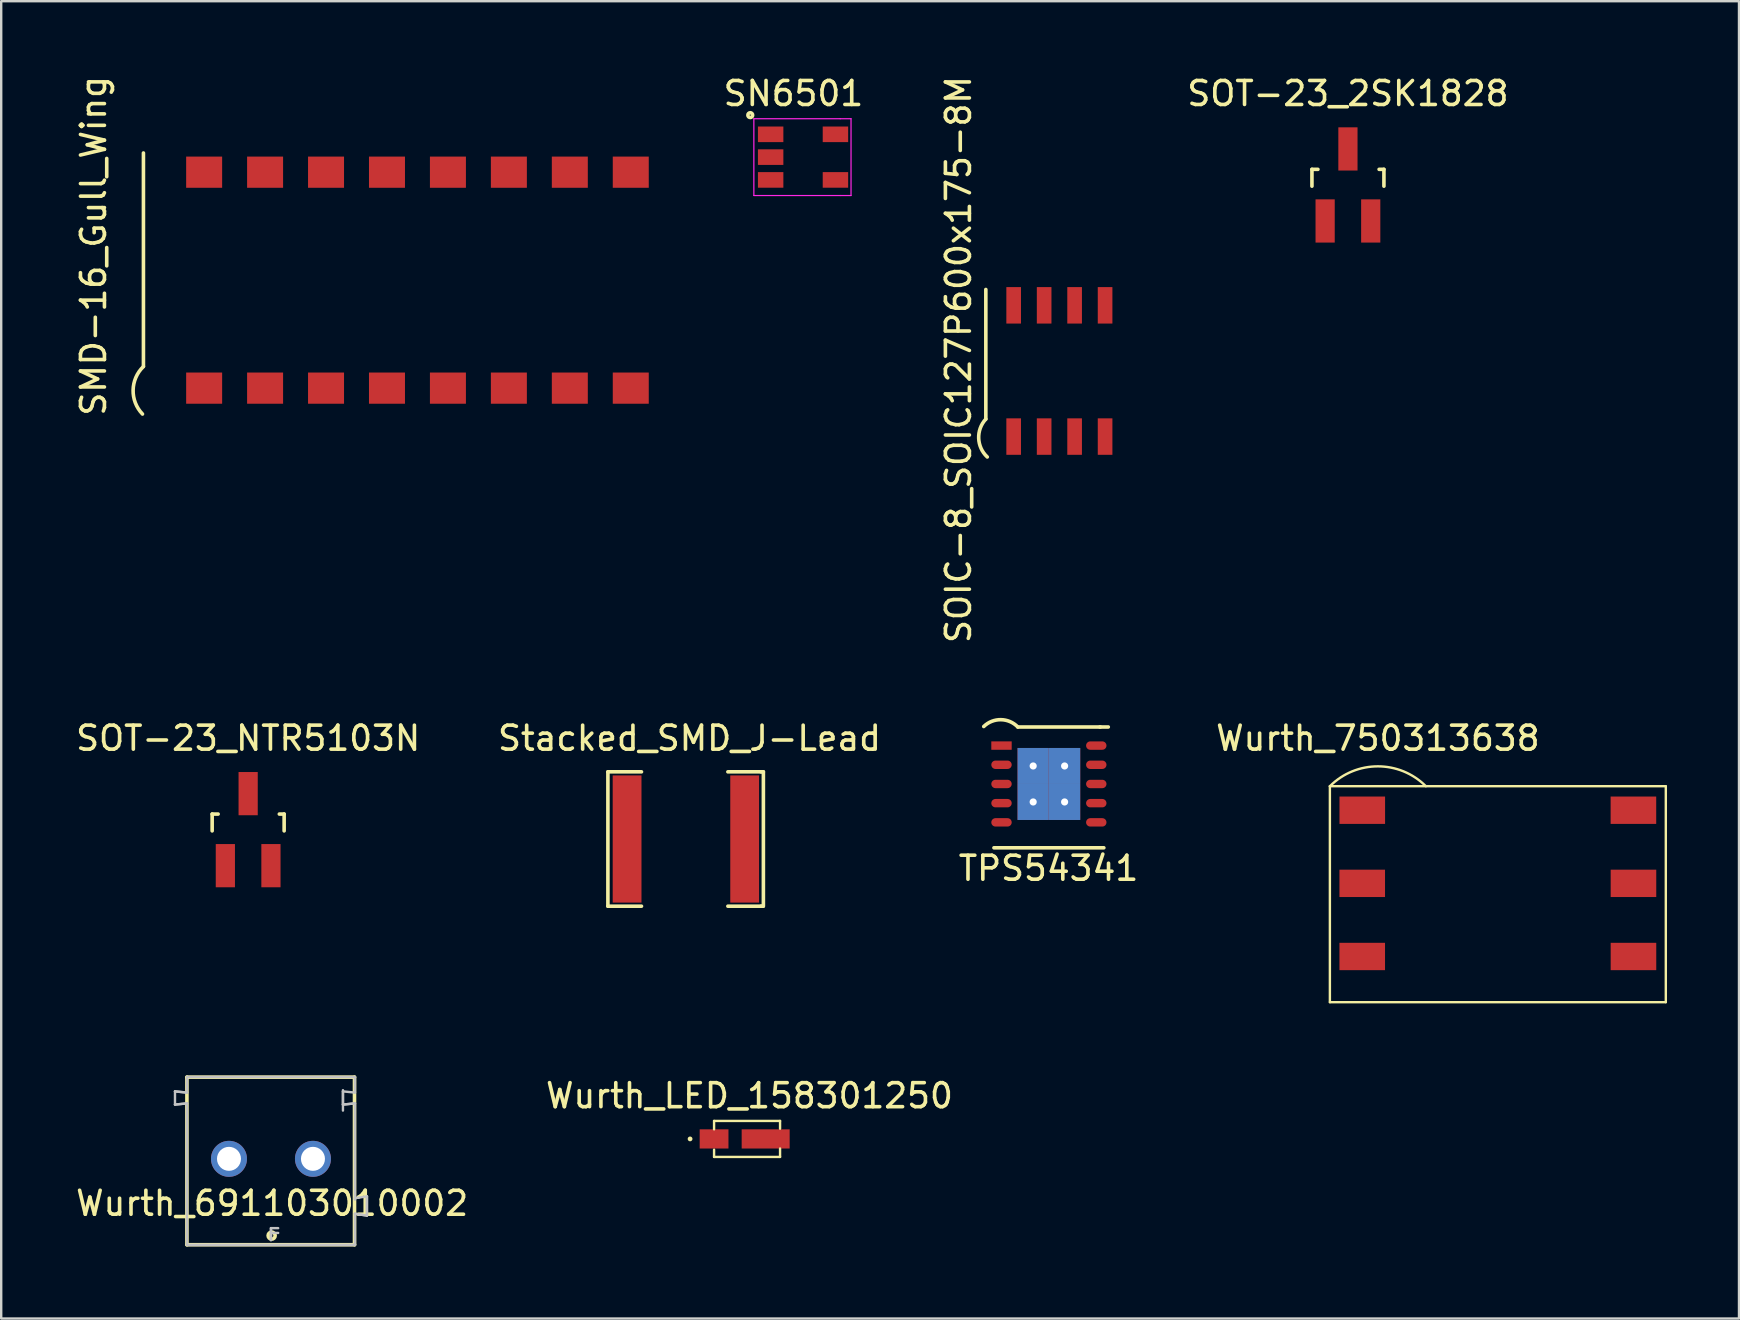
<source format=kicad_pcb>
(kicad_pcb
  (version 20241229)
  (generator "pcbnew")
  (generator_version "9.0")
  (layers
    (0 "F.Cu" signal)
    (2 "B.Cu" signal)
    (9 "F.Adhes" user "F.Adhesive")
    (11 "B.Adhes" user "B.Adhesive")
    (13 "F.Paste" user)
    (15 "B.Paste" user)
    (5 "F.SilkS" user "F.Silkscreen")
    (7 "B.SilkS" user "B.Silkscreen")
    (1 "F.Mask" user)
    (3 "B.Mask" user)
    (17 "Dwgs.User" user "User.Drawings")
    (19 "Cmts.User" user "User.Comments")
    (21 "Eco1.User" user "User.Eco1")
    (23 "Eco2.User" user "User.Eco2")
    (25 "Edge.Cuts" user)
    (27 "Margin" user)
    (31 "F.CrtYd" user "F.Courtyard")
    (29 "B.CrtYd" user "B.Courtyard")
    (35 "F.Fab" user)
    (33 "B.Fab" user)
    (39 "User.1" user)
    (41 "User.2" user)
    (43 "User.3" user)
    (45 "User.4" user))
  (footprint "SOT-23_NTR5103N"
    (layer "F.Cu")
    (at 7.292 31.527)
    (property "Reference" "SOT-23_NTR5103N" (at 0 -3.81 0) (layer "F.SilkS") (effects (font (size 1 1) (thickness 0.15))))
    (attr smd)
    (fp_line (start -1.5 -0.65) (end -1.251 -0.65) (stroke (width 0.15) (type solid)) (layer "F.SilkS"))
    (fp_line (start -1.5 0.051) (end -1.5 -0.65) (stroke (width 0.15) (type solid)) (layer "F.SilkS"))
    (fp_line (start 1.299 -0.65) (end 1.5 -0.65) (stroke (width 0.15) (type solid)) (layer "F.SilkS"))
    (fp_line (start 1.5 -0.65) (end 1.5 0.051) (stroke (width 0.15) (type solid)) (layer "F.SilkS"))
    (pad "1" smd rect (at -0.95 1.501) (size 0.8 1.801) (layers "F.Cu" "F.Mask" "F.Paste"))
    (pad "2" smd rect (at 0.95 1.501) (size 0.8 1.801) (layers "F.Cu" "F.Mask" "F.Paste"))
    (pad "3" smd rect (at 0 -1.501) (size 0.8 1.801) (layers "F.Cu" "F.Mask" "F.Paste")))
  (footprint "Wurth_691103010002"
    (layer "F.Cu")
    (at 6.493 45.246)
    (property "Reference" "Wurth_691103010002" (at 1.798 1.854 0) (layer "F.SilkS") (effects (font (size 1 1) (thickness 0.15))))
    (attr through_hole)
    (fp_line (start -1.753 -3.404) (end 5.232 -3.404) (stroke (width 0.15) (type solid)) (layer "F.SilkS"))
    (fp_line (start -1.753 3.581) (end -1.753 -3.404) (stroke (width 0.15) (type solid)) (layer "F.SilkS"))
    (fp_line (start 5.232 -3.404) (end 5.232 3.581) (stroke (width 0.15) (type solid)) (layer "F.SilkS"))
    (fp_line (start 5.232 3.581) (end -1.753 3.581) (stroke (width 0.15) (type solid)) (layer "F.SilkS"))
    (fp_circle (center 1.778 3.2) (end 1.829 3.251) (stroke (width 0.15) (type solid)) (fill no) (layer "F.SilkS"))
    (fp_line (start -2.25 -2.811) (end -2.25 -2.261) (stroke (width 0.1) (type solid)) (layer "Dwgs.User"))
    (fp_line (start -2.25 -2.261) (end -1.75 -2.311) (stroke (width 0.1) (type solid)) (layer "Dwgs.User"))
    (fp_line (start -2.25 -2.261) (end -1.75 -2.311) (stroke (width 0.1) (type solid)) (layer "Dwgs.User"))
    (fp_line (start -1.75 -3.411) (end -1.75 -2.761) (stroke (width 0.1) (type solid)) (layer "Dwgs.User"))
    (fp_line (start -1.75 -3.411) (end 5.25 -3.411) (stroke (width 0.1) (type solid)) (layer "Dwgs.User"))
    (fp_line (start -1.75 -2.761) (end -2.25 -2.811) (stroke (width 0.1) (type solid)) (layer "Dwgs.User"))
    (fp_line (start -1.75 -2.761) (end -2.25 -2.811) (stroke (width 0.1) (type solid)) (layer "Dwgs.User"))
    (fp_line (start -1.75 3.589) (end -1.75 -2.311) (stroke (width 0.1) (type solid)) (layer "Dwgs.User"))
    (fp_line (start -1.75 3.589) (end 5.25 3.589) (stroke (width 0.1) (type solid)) (layer "Dwgs.User"))
    (fp_line (start -1.75 3.589) (end 5.25 3.589) (stroke (width 0.1) (type solid)) (layer "Dwgs.User"))
    (fp_line (start 1.75 2.889) (end 1.75 3.389) (stroke (width 0.1) (type solid)) (layer "Dwgs.User"))
    (fp_line (start 1.75 2.889) (end 2.05 2.889) (stroke (width 0.1) (type solid)) (layer "Dwgs.User"))
    (fp_line (start 1.75 3.089) (end 2.05 3.089) (stroke (width 0.1) (type solid)) (layer "Dwgs.User"))
    (fp_line (start 1.75 3.389) (end 1.75 2.889) (stroke (width 0.1) (type solid)) (layer "Dwgs.User"))
    (fp_line (start 4.75 -2.811) (end 5.25 -2.761) (stroke (width 0.1) (type solid)) (layer "Dwgs.User"))
    (fp_line (start 4.75 -2.261) (end 4.75 -2.811) (stroke (width 0.1) (type solid)) (layer "Dwgs.User"))
    (fp_line (start 4.75 -2.261) (end 5.25 -2.311) (stroke (width 0.1) (type solid)) (layer "Dwgs.User"))
    (fp_line (start 4.75 -2.011) (end 4.75 -2.861) (stroke (width 0.1) (type solid)) (layer "Dwgs.User"))
    (fp_line (start 5.25 -2.761) (end 5.25 -3.411) (stroke (width 0.1) (type solid)) (layer "Dwgs.User"))
    (fp_line (start 5.25 -2.311) (end 4.75 -2.261) (stroke (width 0.1) (type solid)) (layer "Dwgs.User"))
    (fp_line (start 5.25 1.639) (end 5.75 1.564) (stroke (width 0.1) (type solid)) (layer "Dwgs.User"))
    (fp_line (start 5.25 1.689) (end 5.25 -2.311) (stroke (width 0.1) (type solid)) (layer "Dwgs.User"))
    (fp_line (start 5.25 1.689) (end 5.25 1.639) (stroke (width 0.1) (type solid)) (layer "Dwgs.User"))
    (fp_line (start 5.25 2.289) (end 5.75 2.364) (stroke (width 0.1) (type solid)) (layer "Dwgs.User"))
    (fp_line (start 5.25 2.289) (end 5.75 2.364) (stroke (width 0.1) (type solid)) (layer "Dwgs.User"))
    (fp_line (start 5.25 3.589) (end 5.25 2.289) (stroke (width 0.1) (type solid)) (layer "Dwgs.User"))
    (fp_line (start 5.75 2.364) (end 5.75 1.564) (stroke (width 0.1) (type solid)) (layer "Dwgs.User"))
    (fp_line (start 5.75 2.364) (end 5.75 1.564) (stroke (width 0.1) (type solid)) (layer "Dwgs.User"))
    (fp_circle (center -0.0002 -0.011) (end 0.15 -0.011) (stroke (width 0.1) (type solid)) (fill no) (layer "Dwgs.User"))
    (fp_circle (center -0.0002 -0.011) (end 0.15 -0.011) (stroke (width 0.1) (type solid)) (fill no) (layer "Dwgs.User"))
    (fp_circle (center 3.5 -0.011) (end 3.65 -0.011) (stroke (width 0.1) (type solid)) (fill no) (layer "Dwgs.User"))
    (fp_circle (center 3.5 -0.011) (end 3.65 -0.011) (stroke (width 0.1) (type solid)) (fill no) (layer "Dwgs.User"))
    (pad "1" thru_hole circle (at 0 0) (size 1.5 1.5) (drill 1) (layers "*.Cu" "*.Mask"))
    (pad "2" thru_hole circle (at 3.5 0) (size 1.5 1.5) (drill 1) (layers "*.Cu" "*.Mask")))
  (footprint "Stacked_SMD_J-Lead"
    (layer "F.Cu")
    (at 22.485 28.517)
    (property "Reference" "Stacked_SMD_J-Lead" (at 3.2 -0.8 0) (layer "F.SilkS") (effects (font (size 1 1) (thickness 0.15))))
    (attr through_hole)
    (fp_line (start -0.2 0.6) (end -0.2 6.2) (stroke (width 0.15) (type solid)) (layer "F.SilkS"))
    (fp_line (start -0.2 6.2) (end 1.2 6.2) (stroke (width 0.15) (type solid)) (layer "F.SilkS"))
    (fp_line (start 1.2 0.6) (end -0.2 0.6) (stroke (width 0.15) (type solid)) (layer "F.SilkS"))
    (fp_line (start 4.8 0.6) (end 6.2 0.6) (stroke (width 0.15) (type solid)) (layer "F.SilkS"))
    (fp_line (start 6.18 0.6) (end 6.28 0.6) (stroke (width 0.15) (type solid)) (layer "F.SilkS"))
    (fp_line (start 6.18 6.2) (end 6.27 6.2) (stroke (width 0.15) (type solid)) (layer "F.SilkS"))
    (fp_line (start 6.2 6.2) (end 4.8 6.2) (stroke (width 0.15) (type solid)) (layer "F.SilkS"))
    (fp_line (start 6.28 0.6) (end 6.28 6.2) (stroke (width 0.15) (type solid)) (layer "F.SilkS"))
    (pad "1" smd rect (at 0.6 3.4) (size 1.2 5.3) (layers "F.Cu" "F.Mask" "F.Paste"))
    (pad "2" smd rect (at 5.5 3.4) (size 1.2 5.3) (layers "F.Cu" "F.Mask" "F.Paste")))
  (footprint "SMD-16_Gull_Wing"
    (layer "F.Cu")
    (at 5.458 13.126)
    (property "Reference" "SMD-16_Gull_Wing" (at -4.61 -5.93 90) (layer "F.SilkS") (effects (font (size 1 1) (thickness 0.15))))
    (attr through_hole)
    (fp_line (start -2.53 -0.91) (end -2.53 -9.8) (stroke (width 0.15) (type solid)) (layer "F.SilkS"))
    (fp_arc (start -2.57 1.08) (mid -2.960071 0.081716) (end -2.53 -0.9) (stroke (width 0.15) (type solid)) (layer "F.SilkS"))
    (pad "1" smd rect (at 0 0) (size 1.5 1.3) (layers "F.Cu" "F.Mask" "F.Paste"))
    (pad "2" smd rect (at 2.54 0) (size 1.5 1.3) (layers "F.Cu" "F.Mask" "F.Paste"))
    (pad "3" smd rect (at 5.08 0) (size 1.5 1.3) (layers "F.Cu" "F.Mask" "F.Paste"))
    (pad "4" smd rect (at 7.62 0) (size 1.5 1.3) (layers "F.Cu" "F.Mask" "F.Paste"))
    (pad "5" smd rect (at 10.16 0) (size 1.5 1.3) (layers "F.Cu" "F.Mask" "F.Paste"))
    (pad "6" smd rect (at 12.7 0) (size 1.5 1.3) (layers "F.Cu" "F.Mask" "F.Paste"))
    (pad "7" smd rect (at 15.24 0) (size 1.5 1.3) (layers "F.Cu" "F.Mask" "F.Paste"))
    (pad "8" smd rect (at 17.78 0) (size 1.5 1.3) (layers "F.Cu" "F.Mask" "F.Paste"))
    (pad "9" smd rect (at 17.78 -9) (size 1.5 1.3) (layers "F.Cu" "F.Mask" "F.Paste"))
    (pad "10" smd rect (at 15.24 -9) (size 1.5 1.3) (layers "F.Cu" "F.Mask" "F.Paste"))
    (pad "11" smd rect (at 12.7 -9) (size 1.5 1.3) (layers "F.Cu" "F.Mask" "F.Paste"))
    (pad "12" smd rect (at 10.16 -9) (size 1.5 1.3) (layers "F.Cu" "F.Mask" "F.Paste"))
    (pad "13" smd rect (at 7.62 -9) (size 1.5 1.3) (layers "F.Cu" "F.Mask" "F.Paste"))
    (pad "14" smd rect (at 5.08 -9) (size 1.5 1.3) (layers "F.Cu" "F.Mask" "F.Paste"))
    (pad "15" smd rect (at 2.54 -9) (size 1.5 1.3) (layers "F.Cu" "F.Mask" "F.Paste"))
    (pad "16" smd rect (at 0 -9) (size 1.5 1.3) (layers "F.Cu" "F.Mask" "F.Paste")))
  (footprint "TPS54341"
    (layer "F.Cu")
    (at 40.659 29.488)
    (property "Reference" "TPS54341" (at -0.01 3.65 0) (layer "F.SilkS") (effects (font (size 1 1) (thickness 0.15))))
    (attr through_hole)
    (fp_line (start -2.285 2.795) (end 2.295 2.795) (stroke (width 0.15) (type solid)) (layer "F.SilkS"))
    (fp_line (start 2.13 -2.24) (end 2.48 -2.24) (stroke (width 0.15) (type solid)) (layer "F.SilkS"))
    (fp_line (start 2.15 -2.24) (end -1.29 -2.24) (stroke (width 0.15) (type solid)) (layer "F.SilkS"))
    (fp_arc (start -2.71 -2.26) (mid -1.995858 -2.544092) (end -1.29 -2.24) (stroke (width 0.15) (type solid)) (layer "F.SilkS"))
    (pad "1" smd rect (at -1.97 -1.465 180) (size 0.85 0.35) (layers "F.Cu" "F.Mask" "F.Paste"))
    (pad "2" smd oval (at -1.97 -0.665 180) (size 0.85 0.35) (layers "F.Cu" "F.Mask" "F.Paste"))
    (pad "3" smd oval (at -1.97 0.135 180) (size 0.85 0.35) (layers "F.Cu" "F.Mask" "F.Paste"))
    (pad "4" smd oval (at -1.97 0.935 180) (size 0.85 0.35) (layers "F.Cu" "F.Mask" "F.Paste"))
    (pad "5" smd oval (at -1.97 1.735 180) (size 0.85 0.35) (layers "F.Cu" "F.Mask" "F.Paste"))
    (pad "6" smd oval (at 1.98 1.735 180) (size 0.85 0.35) (layers "F.Cu" "F.Mask" "F.Paste"))
    (pad "7" smd oval (at 1.98 0.935 180) (size 0.85 0.35) (layers "F.Cu" "F.Mask" "F.Paste"))
    (pad "8" smd oval (at 1.98 0.135 180) (size 0.85 0.35) (layers "F.Cu" "F.Mask" "F.Paste"))
    (pad "9" smd oval (at 1.98 -0.665 180) (size 0.85 0.35) (layers "F.Cu" "F.Mask" "F.Paste"))
    (pad "10" smd oval (at 1.98 -1.465 180) (size 0.85 0.35) (layers "F.Cu" "F.Mask" "F.Paste"))
    (pad "11" thru_hole rect (at -0.65 -0.615 90) (size 1.5 1.3) (drill 0.3) (layers "*.Cu" "*.Mask" "F.Paste"))
    (pad "11" thru_hole rect (at -0.65 0.885 90) (size 1.5 1.3) (drill 0.3) (layers "*.Cu" "*.Mask" "F.Paste"))
    (pad "11" thru_hole rect (at 0.66 -0.615 90) (size 1.5 1.3) (drill 0.3) (layers "*.Cu" "*.Mask" "F.Paste"))
    (pad "11" thru_hole rect (at 0.66 0.885 90) (size 1.5 1.3) (drill 0.3) (layers "*.Cu" "*.Mask" "F.Paste")))
  (footprint "Wurth_750313638"
    (layer "F.Cu")
    (at 59.375 30.717)
    (property "Reference" "Wurth_750313638" (at -5 -3 0) (layer "F.SilkS") (effects (font (size 1 1) (thickness 0.15))))
    (attr through_hole)
    (fp_line (start -7 -1) (end -7 8) (stroke (width 0.1) (type solid)) (layer "F.SilkS"))
    (fp_line (start -7 -1) (end 7 -1) (stroke (width 0.1) (type solid)) (layer "F.SilkS"))
    (fp_line (start 7 -1) (end 7 8) (stroke (width 0.1) (type solid)) (layer "F.SilkS"))
    (fp_line (start 7 8) (end -7 8) (stroke (width 0.1) (type solid)) (layer "F.SilkS"))
    (fp_arc (start -7 -1) (mid -5 -1.828427) (end -3 -1) (stroke (width 0.1) (type solid)) (layer "F.SilkS"))
    (pad "1" smd rect (at -5.65 0) (size 1.9 1.14) (layers "F.Cu" "F.Mask" "F.Paste"))
    (pad "2" smd rect (at -5.652 3.048) (size 1.9 1.14) (layers "F.Cu" "F.Mask" "F.Paste"))
    (pad "3" smd rect (at -5.652 6.096) (size 1.9 1.14) (layers "F.Cu" "F.Mask" "F.Paste"))
    (pad "4" smd rect (at 5.652 6.096) (size 1.9 1.14) (layers "F.Cu" "F.Mask" "F.Paste"))
    (pad "5" smd rect (at 5.652 3.048) (size 1.9 1.14) (layers "F.Cu" "F.Mask" "F.Paste"))
    (pad "6" smd rect (at 5.65 0) (size 1.9 1.14) (layers "F.Cu" "F.Mask" "F.Paste")))
  (footprint "Wurth_LED_158301250"
    (layer "F.Cu")
    (at 26.71 44.416)
    (property "Reference" "Wurth_LED_158301250" (at 1.475 -1.8 0) (layer "F.SilkS") (effects (font (size 1 1) (thickness 0.15))))
    (attr through_hole)
    (fp_line (start 0 -0.75) (end 2.75 -0.75) (stroke (width 0.1) (type solid)) (layer "F.SilkS"))
    (fp_line (start 0 -0.4) (end 0 -0.75) (stroke (width 0.1) (type solid)) (layer "F.SilkS"))
    (fp_line (start 0 0.75) (end 0 0.45) (stroke (width 0.1) (type solid)) (layer "F.SilkS"))
    (fp_line (start 2.75 -0.75) (end 2.75 -0.425) (stroke (width 0.1) (type solid)) (layer "F.SilkS"))
    (fp_line (start 2.75 0.4) (end 2.75 0.75) (stroke (width 0.1) (type solid)) (layer "F.SilkS"))
    (fp_line (start 2.75 0.75) (end 0 0.75) (stroke (width 0.1) (type solid)) (layer "F.SilkS"))
    (fp_circle (center -1 0) (end -0.95 0) (stroke (width 0.1) (type solid)) (fill no) (layer "F.SilkS"))
    (pad "1" smd rect (at 2.15 0) (size 2 0.8) (layers "F.Cu" "F.Mask" "F.Paste"))
    (pad "2" smd rect (at 0 0) (size 1.2 0.8) (layers "F.Cu" "F.Mask" "F.Paste")))
  (footprint "SN6501"
    (layer "F.Cu")
    (at 30.168 3.498)
    (property "Reference" "SN6501" (at -0.15 -2.65 0) (layer "F.SilkS") (effects (font (size 1 1) (thickness 0.15))))
    (attr smd)
    (fp_circle (center -1.95 -1.75) (end -1.85 -1.75) (stroke (width 0.15) (type solid)) (fill no) (layer "F.SilkS"))
    (fp_line (start -1.8 -1.6) (end 1.8 -1.6) (stroke (width 0.05) (type solid)) (layer "F.CrtYd"))
    (fp_line (start -1.8 1.6) (end -1.8 -1.6) (stroke (width 0.05) (type solid)) (layer "F.CrtYd"))
    (fp_line (start 1.8 -1.6) (end 2.25 -1.6) (stroke (width 0.05) (type solid)) (layer "F.CrtYd"))
    (fp_line (start 1.8 1.6) (end -1.8 1.6) (stroke (width 0.05) (type solid)) (layer "F.CrtYd"))
    (fp_line (start 1.8 1.6) (end 2.25 1.6) (stroke (width 0.05) (type solid)) (layer "F.CrtYd"))
    (fp_line (start 2.25 -1.6) (end 2.25 1.6) (stroke (width 0.05) (type solid)) (layer "F.CrtYd"))
    (pad "1" smd rect (at -1.1 -0.95) (size 1.06 0.65) (layers "F.Cu" "F.Mask" "F.Paste"))
    (pad "2" smd rect (at -1.1 0) (size 1.06 0.65) (layers "F.Cu" "F.Mask" "F.Paste"))
    (pad "3" smd rect (at -1.1 0.95) (size 1.06 0.65) (layers "F.Cu" "F.Mask" "F.Paste"))
    (pad "4" smd rect (at 1.6 0.95) (size 1.06 0.65) (layers "F.Cu" "F.Mask" "F.Paste"))
    (pad "5" smd rect (at 1.6 -0.95) (size 1.06 0.65) (layers "F.Cu" "F.Mask" "F.Paste")))
  (footprint "SOIC-8_SOIC127P600x175-8M"
    (layer "F.Cu")
    (at 39.196 15.145)
    (property "Reference" "SOIC-8_SOIC127P600x175-8M" (at -2.3 -3.21 90) (layer "F.SilkS") (effects (font (size 1 1) (thickness 0.15))))
    (attr through_hole)
    (fp_line (start -1.16 -0.73) (end -1.16 -6.13) (stroke (width 0.15) (type solid)) (layer "F.SilkS"))
    (fp_arc (start -1.1 0.85) (mid -1.457229 0.072426) (end -1.16 -0.73) (stroke (width 0.15) (type solid)) (layer "F.SilkS"))
    (pad "1" smd rect (at 0 0) (size 0.61 1.52) (layers "F.Cu" "F.Mask" "F.Paste"))
    (pad "2" smd rect (at 1.27 0) (size 0.61 1.52) (layers "F.Cu" "F.Mask" "F.Paste"))
    (pad "3" smd rect (at 2.54 0) (size 0.61 1.52) (layers "F.Cu" "F.Mask" "F.Paste"))
    (pad "4" smd rect (at 3.81 0) (size 0.61 1.52) (layers "F.Cu" "F.Mask" "F.Paste"))
    (pad "5" smd rect (at 3.81 -5.47) (size 0.61 1.52) (layers "F.Cu" "F.Mask" "F.Paste"))
    (pad "6" smd rect (at 2.54 -5.47) (size 0.61 1.52) (layers "F.Cu" "F.Mask" "F.Paste"))
    (pad "7" smd rect (at 1.27 -5.47) (size 0.61 1.52) (layers "F.Cu" "F.Mask" "F.Paste"))
    (pad "8" smd rect (at 0 -5.47) (size 0.61 1.52) (layers "F.Cu" "F.Mask" "F.Paste")))
  (footprint "SOT-23_2SK1828"
    (layer "F.Cu")
    (at 53.127 4.658)
    (property "Reference" "SOT-23_2SK1828" (at 0 -3.81 0) (layer "F.SilkS") (effects (font (size 1 1) (thickness 0.15))))
    (attr smd)
    (fp_line (start -1.5 -0.65) (end -1.251 -0.65) (stroke (width 0.15) (type solid)) (layer "F.SilkS"))
    (fp_line (start -1.5 0.051) (end -1.5 -0.65) (stroke (width 0.15) (type solid)) (layer "F.SilkS"))
    (fp_line (start 1.299 -0.65) (end 1.5 -0.65) (stroke (width 0.15) (type solid)) (layer "F.SilkS"))
    (fp_line (start 1.5 -0.65) (end 1.5 0.051) (stroke (width 0.15) (type solid)) (layer "F.SilkS"))
    (pad "1" smd rect (at -0.95 1.501) (size 0.8 1.801) (layers "F.Cu" "F.Mask" "F.Paste"))
    (pad "2" smd rect (at 0.95 1.501) (size 0.8 1.801) (layers "F.Cu" "F.Mask" "F.Paste"))
    (pad "3" smd rect (at 0 -1.501) (size 0.8 1.801) (layers "F.Cu" "F.Mask" "F.Paste")))
  (gr_rect
    (start -3 -3)
    (end 69.425 51.902)
    (stroke (width 0.1) (type default))
    (fill no)
    (layer "Edge.Cuts")))
</source>
